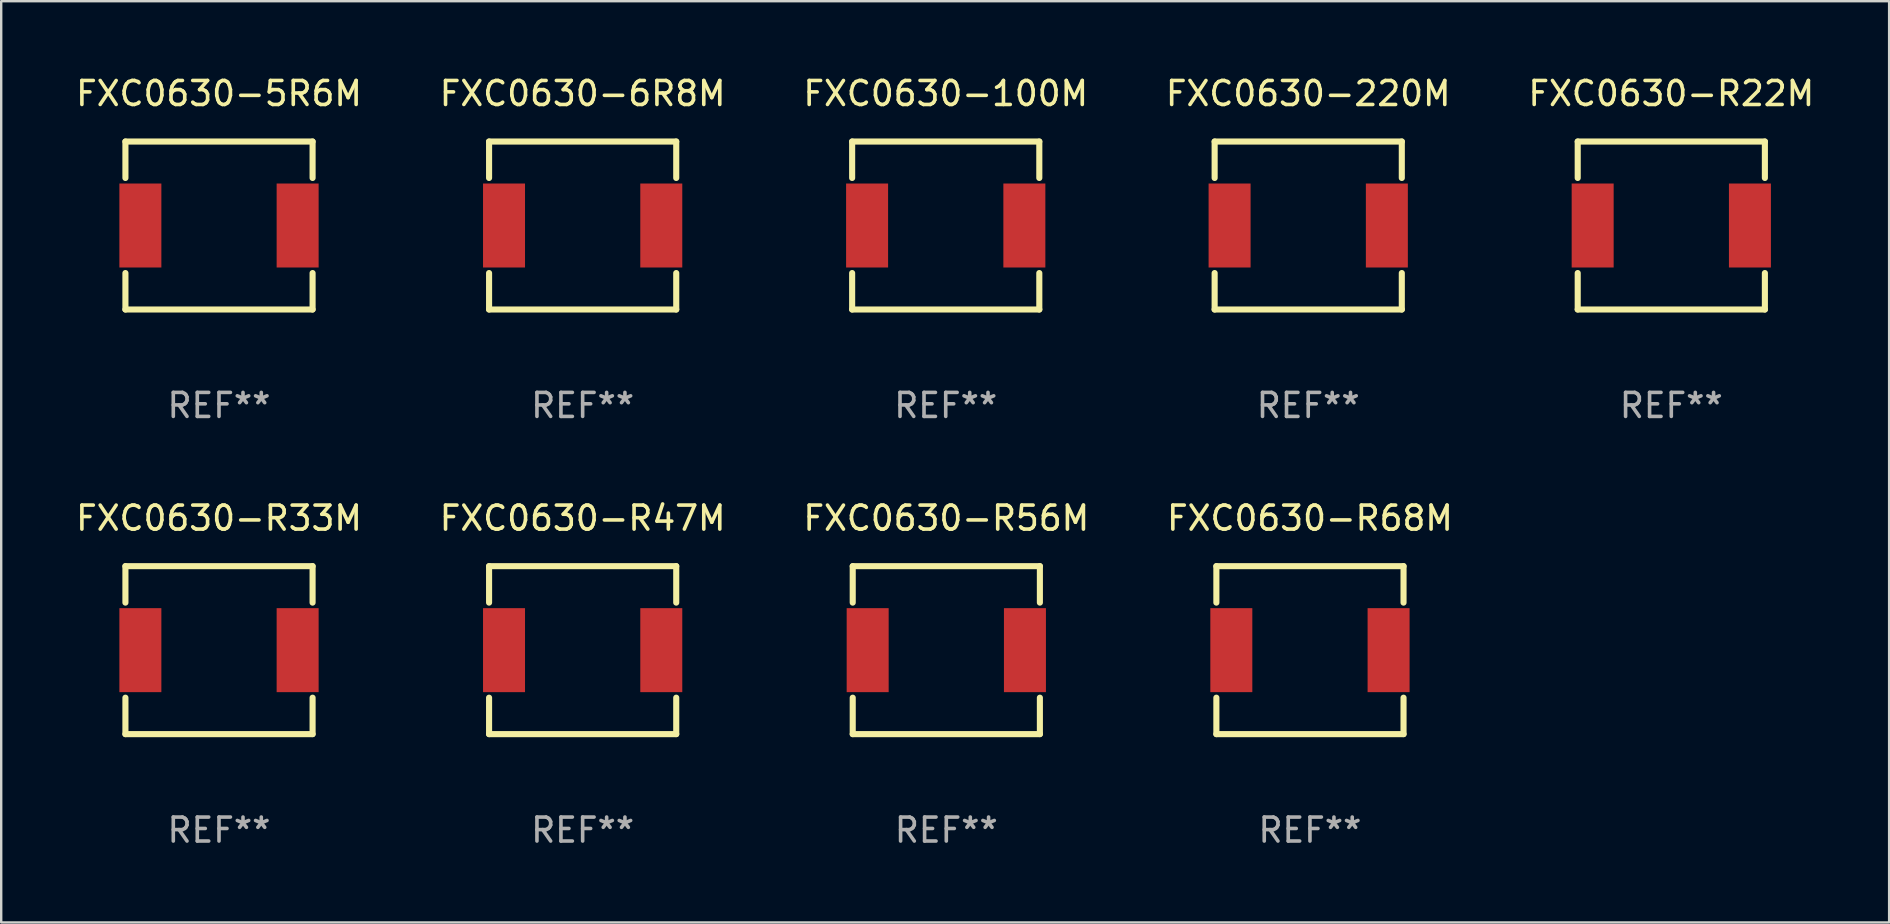
<source format=kicad_pcb>
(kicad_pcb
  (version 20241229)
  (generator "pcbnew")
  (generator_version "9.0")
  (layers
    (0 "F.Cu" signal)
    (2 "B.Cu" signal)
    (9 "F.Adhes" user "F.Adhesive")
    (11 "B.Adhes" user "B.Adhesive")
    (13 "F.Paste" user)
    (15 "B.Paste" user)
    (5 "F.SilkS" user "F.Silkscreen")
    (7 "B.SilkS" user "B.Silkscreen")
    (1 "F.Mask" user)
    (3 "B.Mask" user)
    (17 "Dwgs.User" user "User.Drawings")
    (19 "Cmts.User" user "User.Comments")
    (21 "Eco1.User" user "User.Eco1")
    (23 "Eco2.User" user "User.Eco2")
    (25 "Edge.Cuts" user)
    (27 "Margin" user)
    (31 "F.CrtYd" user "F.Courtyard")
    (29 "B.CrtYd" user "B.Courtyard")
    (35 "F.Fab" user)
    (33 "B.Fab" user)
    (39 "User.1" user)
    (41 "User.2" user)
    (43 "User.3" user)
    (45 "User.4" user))
  (footprint "FXC0630-R22M"
    (layer "F.Cu")
    (at 66.601 6.348)
    (property "Reference" "FXC0630-R22M" (at 0 -5.5 0) (layer "F.SilkS") (effects (font (size 1 1) (thickness 0.15))))
    (attr through_hole)
    (fp_line (start -3.9 -3.5) (end -3.9 -1.981) (stroke (width 0.254) (type solid)) (layer "F.SilkS"))
    (fp_line (start -3.9 -3.5) (end 3.9 -3.5) (stroke (width 0.254) (type solid)) (layer "F.SilkS"))
    (fp_line (start -3.9 1.981) (end -3.9 3.5) (stroke (width 0.254) (type solid)) (layer "F.SilkS"))
    (fp_line (start -3.9 3.5) (end 3.9 3.5) (stroke (width 0.254) (type solid)) (layer "F.SilkS"))
    (fp_line (start 3.9 -3.5) (end 3.9 -1.981) (stroke (width 0.254) (type solid)) (layer "F.SilkS"))
    (fp_line (start 3.9 1.981) (end 3.9 3.5) (stroke (width 0.254) (type solid)) (layer "F.SilkS"))
    (fp_circle (center -3.9 3.5) (end -3.87 3.5) (stroke (width 0.06) (type solid)) (fill no) (layer "F.SilkS"))
    (fp_text user "REF**" (at 0 7.5 0) (layer "F.Fab") (effects (font (size 1 1) (thickness 0.15))))
    (pad "1" smd rect (at -3.277 0 90) (size 3.5 1.75) (layers "F.Cu" "F.Mask" "F.Paste"))
    (pad "2" smd rect (at 3.277 0 90) (size 3.5 1.75) (layers "F.Cu" "F.Mask" "F.Paste")))
  (footprint "FXC0630-100M"
    (layer "F.Cu")
    (at 36.363 6.348)
    (property "Reference" "FXC0630-100M" (at 0 -5.5 0) (layer "F.SilkS") (effects (font (size 1 1) (thickness 0.15))))
    (attr through_hole)
    (fp_line (start -3.9 -3.5) (end -3.9 -1.981) (stroke (width 0.254) (type solid)) (layer "F.SilkS"))
    (fp_line (start -3.9 -3.5) (end 3.9 -3.5) (stroke (width 0.254) (type solid)) (layer "F.SilkS"))
    (fp_line (start -3.9 1.981) (end -3.9 3.5) (stroke (width 0.254) (type solid)) (layer "F.SilkS"))
    (fp_line (start -3.9 3.5) (end 3.9 3.5) (stroke (width 0.254) (type solid)) (layer "F.SilkS"))
    (fp_line (start 3.9 -3.5) (end 3.9 -1.981) (stroke (width 0.254) (type solid)) (layer "F.SilkS"))
    (fp_line (start 3.9 1.981) (end 3.9 3.5) (stroke (width 0.254) (type solid)) (layer "F.SilkS"))
    (fp_circle (center -3.9 3.5) (end -3.87 3.5) (stroke (width 0.06) (type solid)) (fill no) (layer "F.SilkS"))
    (fp_text user "REF**" (at 0 7.5 0) (layer "F.Fab") (effects (font (size 1 1) (thickness 0.15))))
    (pad "1" smd rect (at -3.277 0 90) (size 3.5 1.75) (layers "F.Cu" "F.Mask" "F.Paste"))
    (pad "2" smd rect (at 3.277 0 90) (size 3.5 1.75) (layers "F.Cu" "F.Mask" "F.Paste")))
  (footprint "FXC0630-5R6M"
    (layer "F.Cu")
    (at 6.077 6.348)
    (property "Reference" "FXC0630-5R6M" (at 0 -5.5 0) (layer "F.SilkS") (effects (font (size 1 1) (thickness 0.15))))
    (attr through_hole)
    (fp_line (start -3.9 -3.5) (end -3.9 -1.981) (stroke (width 0.254) (type solid)) (layer "F.SilkS"))
    (fp_line (start -3.9 -3.5) (end 3.9 -3.5) (stroke (width 0.254) (type solid)) (layer "F.SilkS"))
    (fp_line (start -3.9 1.981) (end -3.9 3.5) (stroke (width 0.254) (type solid)) (layer "F.SilkS"))
    (fp_line (start -3.9 3.5) (end 3.9 3.5) (stroke (width 0.254) (type solid)) (layer "F.SilkS"))
    (fp_line (start 3.9 -3.5) (end 3.9 -1.981) (stroke (width 0.254) (type solid)) (layer "F.SilkS"))
    (fp_line (start 3.9 1.981) (end 3.9 3.5) (stroke (width 0.254) (type solid)) (layer "F.SilkS"))
    (fp_circle (center -3.9 3.5) (end -3.87 3.5) (stroke (width 0.06) (type solid)) (fill no) (layer "F.SilkS"))
    (fp_text user "REF**" (at 0 7.5 0) (layer "F.Fab") (effects (font (size 1 1) (thickness 0.15))))
    (pad "1" smd rect (at -3.277 0 90) (size 3.5 1.75) (layers "F.Cu" "F.Mask" "F.Paste"))
    (pad "2" smd rect (at 3.277 0 90) (size 3.5 1.75) (layers "F.Cu" "F.Mask" "F.Paste")))
  (footprint "FXC0630-R68M"
    (layer "F.Cu")
    (at 51.542 24.045)
    (property "Reference" "FXC0630-R68M" (at 0 -5.5 0) (layer "F.SilkS") (effects (font (size 1 1) (thickness 0.15))))
    (attr through_hole)
    (fp_line (start -3.9 -3.5) (end -3.9 -1.981) (stroke (width 0.254) (type solid)) (layer "F.SilkS"))
    (fp_line (start -3.9 -3.5) (end 3.9 -3.5) (stroke (width 0.254) (type solid)) (layer "F.SilkS"))
    (fp_line (start -3.9 1.981) (end -3.9 3.5) (stroke (width 0.254) (type solid)) (layer "F.SilkS"))
    (fp_line (start -3.9 3.5) (end 3.9 3.5) (stroke (width 0.254) (type solid)) (layer "F.SilkS"))
    (fp_line (start 3.9 -3.5) (end 3.9 -1.981) (stroke (width 0.254) (type solid)) (layer "F.SilkS"))
    (fp_line (start 3.9 1.981) (end 3.9 3.5) (stroke (width 0.254) (type solid)) (layer "F.SilkS"))
    (fp_circle (center -3.9 3.5) (end -3.87 3.5) (stroke (width 0.06) (type solid)) (fill no) (layer "F.SilkS"))
    (fp_text user "REF**" (at 0 7.5 0) (layer "F.Fab") (effects (font (size 1 1) (thickness 0.15))))
    (pad "1" smd rect (at -3.277 0 90) (size 3.5 1.75) (layers "F.Cu" "F.Mask" "F.Paste"))
    (pad "2" smd rect (at 3.277 0 90) (size 3.5 1.75) (layers "F.Cu" "F.Mask" "F.Paste")))
  (footprint "FXC0630-6R8M"
    (layer "F.Cu")
    (at 21.232 6.348)
    (property "Reference" "FXC0630-6R8M" (at 0 -5.5 0) (layer "F.SilkS") (effects (font (size 1 1) (thickness 0.15))))
    (attr through_hole)
    (fp_line (start -3.9 -3.5) (end -3.9 -1.981) (stroke (width 0.254) (type solid)) (layer "F.SilkS"))
    (fp_line (start -3.9 -3.5) (end 3.9 -3.5) (stroke (width 0.254) (type solid)) (layer "F.SilkS"))
    (fp_line (start -3.9 1.981) (end -3.9 3.5) (stroke (width 0.254) (type solid)) (layer "F.SilkS"))
    (fp_line (start -3.9 3.5) (end 3.9 3.5) (stroke (width 0.254) (type solid)) (layer "F.SilkS"))
    (fp_line (start 3.9 -3.5) (end 3.9 -1.981) (stroke (width 0.254) (type solid)) (layer "F.SilkS"))
    (fp_line (start 3.9 1.981) (end 3.9 3.5) (stroke (width 0.254) (type solid)) (layer "F.SilkS"))
    (fp_circle (center -3.9 3.5) (end -3.87 3.5) (stroke (width 0.06) (type solid)) (fill no) (layer "F.SilkS"))
    (fp_text user "REF**" (at 0 7.5 0) (layer "F.Fab") (effects (font (size 1 1) (thickness 0.15))))
    (pad "1" smd rect (at -3.277 0 90) (size 3.5 1.75) (layers "F.Cu" "F.Mask" "F.Paste"))
    (pad "2" smd rect (at 3.277 0 90) (size 3.5 1.75) (layers "F.Cu" "F.Mask" "F.Paste")))
  (footprint "FXC0630-R56M"
    (layer "F.Cu")
    (at 36.387 24.045)
    (property "Reference" "FXC0630-R56M" (at 0 -5.5 0) (layer "F.SilkS") (effects (font (size 1 1) (thickness 0.15))))
    (attr through_hole)
    (fp_line (start -3.9 -3.5) (end -3.9 -1.981) (stroke (width 0.254) (type solid)) (layer "F.SilkS"))
    (fp_line (start -3.9 -3.5) (end 3.9 -3.5) (stroke (width 0.254) (type solid)) (layer "F.SilkS"))
    (fp_line (start -3.9 1.981) (end -3.9 3.5) (stroke (width 0.254) (type solid)) (layer "F.SilkS"))
    (fp_line (start -3.9 3.5) (end 3.9 3.5) (stroke (width 0.254) (type solid)) (layer "F.SilkS"))
    (fp_line (start 3.9 -3.5) (end 3.9 -1.981) (stroke (width 0.254) (type solid)) (layer "F.SilkS"))
    (fp_line (start 3.9 1.981) (end 3.9 3.5) (stroke (width 0.254) (type solid)) (layer "F.SilkS"))
    (fp_circle (center -3.9 3.5) (end -3.87 3.5) (stroke (width 0.06) (type solid)) (fill no) (layer "F.SilkS"))
    (fp_text user "REF**" (at 0 7.5 0) (layer "F.Fab") (effects (font (size 1 1) (thickness 0.15))))
    (pad "1" smd rect (at -3.277 0 90) (size 3.5 1.75) (layers "F.Cu" "F.Mask" "F.Paste"))
    (pad "2" smd rect (at 3.277 0 90) (size 3.5 1.75) (layers "F.Cu" "F.Mask" "F.Paste")))
  (footprint "FXC0630-R47M"
    (layer "F.Cu")
    (at 21.232 24.045)
    (property "Reference" "FXC0630-R47M" (at 0 -5.5 0) (layer "F.SilkS") (effects (font (size 1 1) (thickness 0.15))))
    (attr through_hole)
    (fp_line (start -3.9 -3.5) (end -3.9 -1.981) (stroke (width 0.254) (type solid)) (layer "F.SilkS"))
    (fp_line (start -3.9 -3.5) (end 3.9 -3.5) (stroke (width 0.254) (type solid)) (layer "F.SilkS"))
    (fp_line (start -3.9 1.981) (end -3.9 3.5) (stroke (width 0.254) (type solid)) (layer "F.SilkS"))
    (fp_line (start -3.9 3.5) (end 3.9 3.5) (stroke (width 0.254) (type solid)) (layer "F.SilkS"))
    (fp_line (start 3.9 -3.5) (end 3.9 -1.981) (stroke (width 0.254) (type solid)) (layer "F.SilkS"))
    (fp_line (start 3.9 1.981) (end 3.9 3.5) (stroke (width 0.254) (type solid)) (layer "F.SilkS"))
    (fp_circle (center -3.9 3.5) (end -3.87 3.5) (stroke (width 0.06) (type solid)) (fill no) (layer "F.SilkS"))
    (fp_text user "REF**" (at 0 7.5 0) (layer "F.Fab") (effects (font (size 1 1) (thickness 0.15))))
    (pad "1" smd rect (at -3.277 0 90) (size 3.5 1.75) (layers "F.Cu" "F.Mask" "F.Paste"))
    (pad "2" smd rect (at 3.277 0 90) (size 3.5 1.75) (layers "F.Cu" "F.Mask" "F.Paste")))
  (footprint "FXC0630-R33M"
    (layer "F.Cu")
    (at 6.077 24.045)
    (property "Reference" "FXC0630-R33M" (at 0 -5.5 0) (layer "F.SilkS") (effects (font (size 1 1) (thickness 0.15))))
    (attr through_hole)
    (fp_line (start -3.9 -3.5) (end -3.9 -1.981) (stroke (width 0.254) (type solid)) (layer "F.SilkS"))
    (fp_line (start -3.9 -3.5) (end 3.9 -3.5) (stroke (width 0.254) (type solid)) (layer "F.SilkS"))
    (fp_line (start -3.9 1.981) (end -3.9 3.5) (stroke (width 0.254) (type solid)) (layer "F.SilkS"))
    (fp_line (start -3.9 3.5) (end 3.9 3.5) (stroke (width 0.254) (type solid)) (layer "F.SilkS"))
    (fp_line (start 3.9 -3.5) (end 3.9 -1.981) (stroke (width 0.254) (type solid)) (layer "F.SilkS"))
    (fp_line (start 3.9 1.981) (end 3.9 3.5) (stroke (width 0.254) (type solid)) (layer "F.SilkS"))
    (fp_circle (center -3.9 3.5) (end -3.87 3.5) (stroke (width 0.06) (type solid)) (fill no) (layer "F.SilkS"))
    (fp_text user "REF**" (at 0 7.5 0) (layer "F.Fab") (effects (font (size 1 1) (thickness 0.15))))
    (pad "1" smd rect (at -3.277 0 90) (size 3.5 1.75) (layers "F.Cu" "F.Mask" "F.Paste"))
    (pad "2" smd rect (at 3.277 0 90) (size 3.5 1.75) (layers "F.Cu" "F.Mask" "F.Paste")))
  (footprint "FXC0630-220M"
    (layer "F.Cu")
    (at 51.47 6.348)
    (property "Reference" "FXC0630-220M" (at 0 -5.5 0) (layer "F.SilkS") (effects (font (size 1 1) (thickness 0.15))))
    (attr through_hole)
    (fp_line (start -3.9 -3.5) (end -3.9 -1.981) (stroke (width 0.254) (type solid)) (layer "F.SilkS"))
    (fp_line (start -3.9 -3.5) (end 3.9 -3.5) (stroke (width 0.254) (type solid)) (layer "F.SilkS"))
    (fp_line (start -3.9 1.981) (end -3.9 3.5) (stroke (width 0.254) (type solid)) (layer "F.SilkS"))
    (fp_line (start -3.9 3.5) (end 3.9 3.5) (stroke (width 0.254) (type solid)) (layer "F.SilkS"))
    (fp_line (start 3.9 -3.5) (end 3.9 -1.981) (stroke (width 0.254) (type solid)) (layer "F.SilkS"))
    (fp_line (start 3.9 1.981) (end 3.9 3.5) (stroke (width 0.254) (type solid)) (layer "F.SilkS"))
    (fp_circle (center -3.9 3.5) (end -3.87 3.5) (stroke (width 0.06) (type solid)) (fill no) (layer "F.SilkS"))
    (fp_text user "REF**" (at 0 7.5 0) (layer "F.Fab") (effects (font (size 1 1) (thickness 0.15))))
    (pad "1" smd rect (at -3.277 0 90) (size 3.5 1.75) (layers "F.Cu" "F.Mask" "F.Paste"))
    (pad "2" smd rect (at 3.277 0 90) (size 3.5 1.75) (layers "F.Cu" "F.Mask" "F.Paste")))
  (gr_rect
    (start -3 -3)
    (end 75.679 35.393)
    (stroke (width 0.1) (type default))
    (fill no)
    (layer "Edge.Cuts")))
</source>
